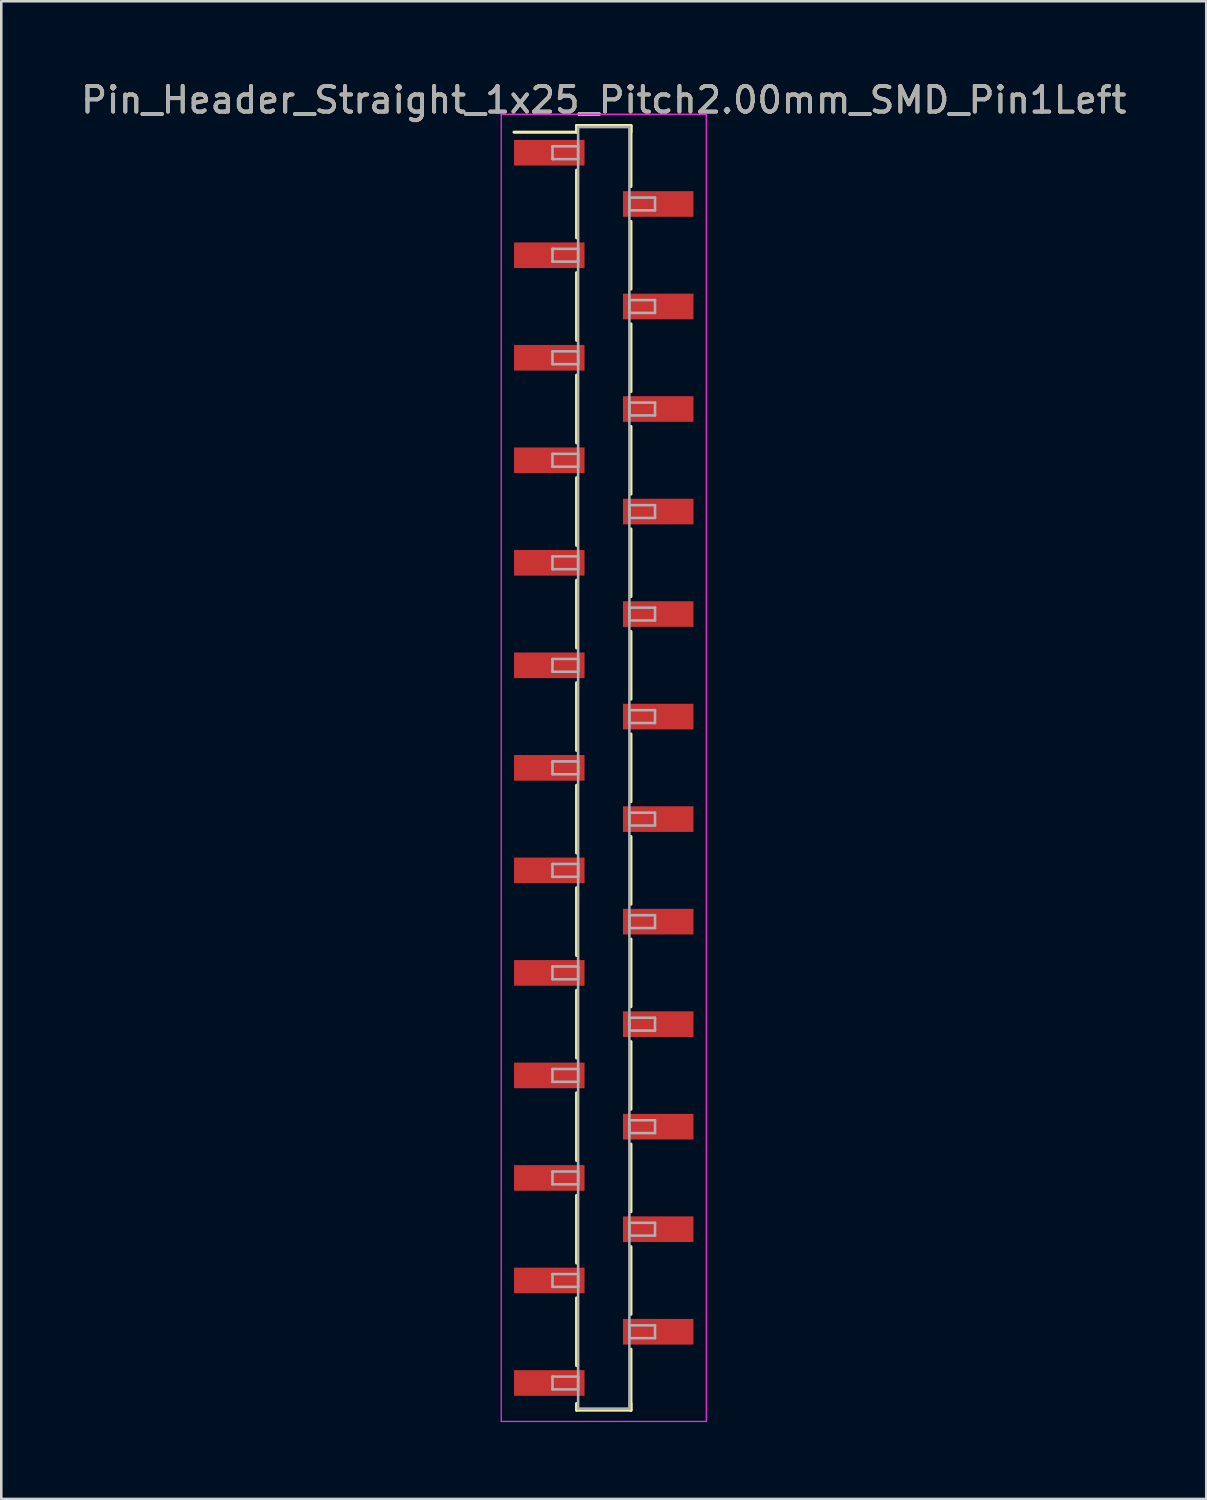
<source format=kicad_pcb>
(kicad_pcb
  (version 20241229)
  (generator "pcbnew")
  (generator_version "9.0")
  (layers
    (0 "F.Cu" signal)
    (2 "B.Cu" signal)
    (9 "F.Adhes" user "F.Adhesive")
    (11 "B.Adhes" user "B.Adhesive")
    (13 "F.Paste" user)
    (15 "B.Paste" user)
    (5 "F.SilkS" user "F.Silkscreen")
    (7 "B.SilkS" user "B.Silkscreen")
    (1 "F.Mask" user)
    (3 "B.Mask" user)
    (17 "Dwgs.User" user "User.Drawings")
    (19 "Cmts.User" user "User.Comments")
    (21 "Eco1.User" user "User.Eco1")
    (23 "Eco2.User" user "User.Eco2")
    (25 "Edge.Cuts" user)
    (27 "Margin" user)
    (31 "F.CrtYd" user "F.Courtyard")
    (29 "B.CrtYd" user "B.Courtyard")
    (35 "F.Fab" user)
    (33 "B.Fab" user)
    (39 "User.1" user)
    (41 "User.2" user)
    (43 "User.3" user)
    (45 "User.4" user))
  (footprint "Pin_Header_Straight_1x25_Pitch2.00mm_SMD_Pin1Left"
    (layer "F.Cu")
    (at 20.506 26.908)
    (property "Reference" "Pin_Header_Straight_1x25_Pitch2.00mm_SMD_Pin1Left" (at 0 -26.06 0) (layer "F.SilkS") (effects (font (size 1 1) (thickness 0.15))))
    (attr smd)
    (fp_line (start -1.06 -25.06) (end 1.06 -25.06) (stroke (width 0.12) (type solid)) (layer "F.SilkS"))
    (fp_line (start -1.06 -24.8) (end -3.5 -24.8) (stroke (width 0.12) (type solid)) (layer "F.SilkS"))
    (fp_line (start -1.06 -24.8) (end -1.06 -25.06) (stroke (width 0.12) (type solid)) (layer "F.SilkS"))
    (fp_line (start -1.06 -23.32) (end -1.06 -20.68) (stroke (width 0.12) (type solid)) (layer "F.SilkS"))
    (fp_line (start -1.06 -19.32) (end -1.06 -16.68) (stroke (width 0.12) (type solid)) (layer "F.SilkS"))
    (fp_line (start -1.06 -15.32) (end -1.06 -12.68) (stroke (width 0.12) (type solid)) (layer "F.SilkS"))
    (fp_line (start -1.06 -11.32) (end -1.06 -8.68) (stroke (width 0.12) (type solid)) (layer "F.SilkS"))
    (fp_line (start -1.06 -7.32) (end -1.06 -4.68) (stroke (width 0.12) (type solid)) (layer "F.SilkS"))
    (fp_line (start -1.06 -3.32) (end -1.06 -0.68) (stroke (width 0.12) (type solid)) (layer "F.SilkS"))
    (fp_line (start -1.06 0.68) (end -1.06 3.32) (stroke (width 0.12) (type solid)) (layer "F.SilkS"))
    (fp_line (start -1.06 4.68) (end -1.06 7.32) (stroke (width 0.12) (type solid)) (layer "F.SilkS"))
    (fp_line (start -1.06 8.68) (end -1.06 11.32) (stroke (width 0.12) (type solid)) (layer "F.SilkS"))
    (fp_line (start -1.06 12.68) (end -1.06 15.32) (stroke (width 0.12) (type solid)) (layer "F.SilkS"))
    (fp_line (start -1.06 16.68) (end -1.06 19.32) (stroke (width 0.12) (type solid)) (layer "F.SilkS"))
    (fp_line (start -1.06 20.68) (end -1.06 23.32) (stroke (width 0.12) (type solid)) (layer "F.SilkS"))
    (fp_line (start -1.06 24.8) (end -1.06 25.06) (stroke (width 0.12) (type solid)) (layer "F.SilkS"))
    (fp_line (start -1.06 25.06) (end 1.06 25.06) (stroke (width 0.12) (type solid)) (layer "F.SilkS"))
    (fp_line (start 1.06 -25.06) (end 1.06 -24.8) (stroke (width 0.12) (type solid)) (layer "F.SilkS"))
    (fp_line (start 1.06 -25.06) (end 1.06 -22.68) (stroke (width 0.12) (type solid)) (layer "F.SilkS"))
    (fp_line (start 1.06 -21.32) (end 1.06 -18.68) (stroke (width 0.12) (type solid)) (layer "F.SilkS"))
    (fp_line (start 1.06 -17.32) (end 1.06 -14.68) (stroke (width 0.12) (type solid)) (layer "F.SilkS"))
    (fp_line (start 1.06 -13.32) (end 1.06 -10.68) (stroke (width 0.12) (type solid)) (layer "F.SilkS"))
    (fp_line (start 1.06 -9.32) (end 1.06 -6.68) (stroke (width 0.12) (type solid)) (layer "F.SilkS"))
    (fp_line (start 1.06 -5.32) (end 1.06 -2.68) (stroke (width 0.12) (type solid)) (layer "F.SilkS"))
    (fp_line (start 1.06 -1.32) (end 1.06 1.32) (stroke (width 0.12) (type solid)) (layer "F.SilkS"))
    (fp_line (start 1.06 2.68) (end 1.06 5.32) (stroke (width 0.12) (type solid)) (layer "F.SilkS"))
    (fp_line (start 1.06 6.68) (end 1.06 9.32) (stroke (width 0.12) (type solid)) (layer "F.SilkS"))
    (fp_line (start 1.06 10.68) (end 1.06 13.32) (stroke (width 0.12) (type solid)) (layer "F.SilkS"))
    (fp_line (start 1.06 14.68) (end 1.06 17.32) (stroke (width 0.12) (type solid)) (layer "F.SilkS"))
    (fp_line (start 1.06 18.68) (end 1.06 21.32) (stroke (width 0.12) (type solid)) (layer "F.SilkS"))
    (fp_line (start 1.06 22.68) (end 1.06 25.06) (stroke (width 0.12) (type solid)) (layer "F.SilkS"))
    (fp_line (start 1.06 25.06) (end 1.06 24.8) (stroke (width 0.12) (type solid)) (layer "F.SilkS"))
    (fp_line (start -4 -25.5) (end -4 25.5) (stroke (width 0.05) (type solid)) (layer "F.CrtYd"))
    (fp_line (start -4 25.5) (end 4 25.5) (stroke (width 0.05) (type solid)) (layer "F.CrtYd"))
    (fp_line (start 4 -25.5) (end -4 -25.5) (stroke (width 0.05) (type solid)) (layer "F.CrtYd"))
    (fp_line (start 4 25.5) (end 4 -25.5) (stroke (width 0.05) (type solid)) (layer "F.CrtYd"))
    (fp_line (start -2 -24.25) (end -1 -24.25) (stroke (width 0.1) (type solid)) (layer "F.Fab"))
    (fp_line (start -2 -23.75) (end -2 -24.25) (stroke (width 0.1) (type solid)) (layer "F.Fab"))
    (fp_line (start -2 -20.25) (end -1 -20.25) (stroke (width 0.1) (type solid)) (layer "F.Fab"))
    (fp_line (start -2 -19.75) (end -2 -20.25) (stroke (width 0.1) (type solid)) (layer "F.Fab"))
    (fp_line (start -2 -16.25) (end -1 -16.25) (stroke (width 0.1) (type solid)) (layer "F.Fab"))
    (fp_line (start -2 -15.75) (end -2 -16.25) (stroke (width 0.1) (type solid)) (layer "F.Fab"))
    (fp_line (start -2 -12.25) (end -1 -12.25) (stroke (width 0.1) (type solid)) (layer "F.Fab"))
    (fp_line (start -2 -11.75) (end -2 -12.25) (stroke (width 0.1) (type solid)) (layer "F.Fab"))
    (fp_line (start -2 -8.25) (end -1 -8.25) (stroke (width 0.1) (type solid)) (layer "F.Fab"))
    (fp_line (start -2 -7.75) (end -2 -8.25) (stroke (width 0.1) (type solid)) (layer "F.Fab"))
    (fp_line (start -2 -4.25) (end -1 -4.25) (stroke (width 0.1) (type solid)) (layer "F.Fab"))
    (fp_line (start -2 -3.75) (end -2 -4.25) (stroke (width 0.1) (type solid)) (layer "F.Fab"))
    (fp_line (start -2 -0.25) (end -1 -0.25) (stroke (width 0.1) (type solid)) (layer "F.Fab"))
    (fp_line (start -2 0.25) (end -2 -0.25) (stroke (width 0.1) (type solid)) (layer "F.Fab"))
    (fp_line (start -2 3.75) (end -1 3.75) (stroke (width 0.1) (type solid)) (layer "F.Fab"))
    (fp_line (start -2 4.25) (end -2 3.75) (stroke (width 0.1) (type solid)) (layer "F.Fab"))
    (fp_line (start -2 7.75) (end -1 7.75) (stroke (width 0.1) (type solid)) (layer "F.Fab"))
    (fp_line (start -2 8.25) (end -2 7.75) (stroke (width 0.1) (type solid)) (layer "F.Fab"))
    (fp_line (start -2 11.75) (end -1 11.75) (stroke (width 0.1) (type solid)) (layer "F.Fab"))
    (fp_line (start -2 12.25) (end -2 11.75) (stroke (width 0.1) (type solid)) (layer "F.Fab"))
    (fp_line (start -2 15.75) (end -1 15.75) (stroke (width 0.1) (type solid)) (layer "F.Fab"))
    (fp_line (start -2 16.25) (end -2 15.75) (stroke (width 0.1) (type solid)) (layer "F.Fab"))
    (fp_line (start -2 19.75) (end -1 19.75) (stroke (width 0.1) (type solid)) (layer "F.Fab"))
    (fp_line (start -2 20.25) (end -2 19.75) (stroke (width 0.1) (type solid)) (layer "F.Fab"))
    (fp_line (start -2 23.75) (end -1 23.75) (stroke (width 0.1) (type solid)) (layer "F.Fab"))
    (fp_line (start -2 24.25) (end -2 23.75) (stroke (width 0.1) (type solid)) (layer "F.Fab"))
    (fp_line (start -1 -25) (end -1 25) (stroke (width 0.1) (type solid)) (layer "F.Fab"))
    (fp_line (start -1 -24.25) (end -1 -23.75) (stroke (width 0.1) (type solid)) (layer "F.Fab"))
    (fp_line (start -1 -23.75) (end -2 -23.75) (stroke (width 0.1) (type solid)) (layer "F.Fab"))
    (fp_line (start -1 -20.25) (end -1 -19.75) (stroke (width 0.1) (type solid)) (layer "F.Fab"))
    (fp_line (start -1 -19.75) (end -2 -19.75) (stroke (width 0.1) (type solid)) (layer "F.Fab"))
    (fp_line (start -1 -16.25) (end -1 -15.75) (stroke (width 0.1) (type solid)) (layer "F.Fab"))
    (fp_line (start -1 -15.75) (end -2 -15.75) (stroke (width 0.1) (type solid)) (layer "F.Fab"))
    (fp_line (start -1 -12.25) (end -1 -11.75) (stroke (width 0.1) (type solid)) (layer "F.Fab"))
    (fp_line (start -1 -11.75) (end -2 -11.75) (stroke (width 0.1) (type solid)) (layer "F.Fab"))
    (fp_line (start -1 -8.25) (end -1 -7.75) (stroke (width 0.1) (type solid)) (layer "F.Fab"))
    (fp_line (start -1 -7.75) (end -2 -7.75) (stroke (width 0.1) (type solid)) (layer "F.Fab"))
    (fp_line (start -1 -4.25) (end -1 -3.75) (stroke (width 0.1) (type solid)) (layer "F.Fab"))
    (fp_line (start -1 -3.75) (end -2 -3.75) (stroke (width 0.1) (type solid)) (layer "F.Fab"))
    (fp_line (start -1 -0.25) (end -1 0.25) (stroke (width 0.1) (type solid)) (layer "F.Fab"))
    (fp_line (start -1 0.25) (end -2 0.25) (stroke (width 0.1) (type solid)) (layer "F.Fab"))
    (fp_line (start -1 3.75) (end -1 4.25) (stroke (width 0.1) (type solid)) (layer "F.Fab"))
    (fp_line (start -1 4.25) (end -2 4.25) (stroke (width 0.1) (type solid)) (layer "F.Fab"))
    (fp_line (start -1 7.75) (end -1 8.25) (stroke (width 0.1) (type solid)) (layer "F.Fab"))
    (fp_line (start -1 8.25) (end -2 8.25) (stroke (width 0.1) (type solid)) (layer "F.Fab"))
    (fp_line (start -1 11.75) (end -1 12.25) (stroke (width 0.1) (type solid)) (layer "F.Fab"))
    (fp_line (start -1 12.25) (end -2 12.25) (stroke (width 0.1) (type solid)) (layer "F.Fab"))
    (fp_line (start -1 15.75) (end -1 16.25) (stroke (width 0.1) (type solid)) (layer "F.Fab"))
    (fp_line (start -1 16.25) (end -2 16.25) (stroke (width 0.1) (type solid)) (layer "F.Fab"))
    (fp_line (start -1 19.75) (end -1 20.25) (stroke (width 0.1) (type solid)) (layer "F.Fab"))
    (fp_line (start -1 20.25) (end -2 20.25) (stroke (width 0.1) (type solid)) (layer "F.Fab"))
    (fp_line (start -1 23.75) (end -1 24.25) (stroke (width 0.1) (type solid)) (layer "F.Fab"))
    (fp_line (start -1 24.25) (end -2 24.25) (stroke (width 0.1) (type solid)) (layer "F.Fab"))
    (fp_line (start -1 25) (end 1 25) (stroke (width 0.1) (type solid)) (layer "F.Fab"))
    (fp_line (start 1 -25) (end -1 -25) (stroke (width 0.1) (type solid)) (layer "F.Fab"))
    (fp_line (start 1 -22.25) (end 1 -21.75) (stroke (width 0.1) (type solid)) (layer "F.Fab"))
    (fp_line (start 1 -21.75) (end 2 -21.75) (stroke (width 0.1) (type solid)) (layer "F.Fab"))
    (fp_line (start 1 -18.25) (end 1 -17.75) (stroke (width 0.1) (type solid)) (layer "F.Fab"))
    (fp_line (start 1 -17.75) (end 2 -17.75) (stroke (width 0.1) (type solid)) (layer "F.Fab"))
    (fp_line (start 1 -14.25) (end 1 -13.75) (stroke (width 0.1) (type solid)) (layer "F.Fab"))
    (fp_line (start 1 -13.75) (end 2 -13.75) (stroke (width 0.1) (type solid)) (layer "F.Fab"))
    (fp_line (start 1 -10.25) (end 1 -9.75) (stroke (width 0.1) (type solid)) (layer "F.Fab"))
    (fp_line (start 1 -9.75) (end 2 -9.75) (stroke (width 0.1) (type solid)) (layer "F.Fab"))
    (fp_line (start 1 -6.25) (end 1 -5.75) (stroke (width 0.1) (type solid)) (layer "F.Fab"))
    (fp_line (start 1 -5.75) (end 2 -5.75) (stroke (width 0.1) (type solid)) (layer "F.Fab"))
    (fp_line (start 1 -2.25) (end 1 -1.75) (stroke (width 0.1) (type solid)) (layer "F.Fab"))
    (fp_line (start 1 -1.75) (end 2 -1.75) (stroke (width 0.1) (type solid)) (layer "F.Fab"))
    (fp_line (start 1 1.75) (end 1 2.25) (stroke (width 0.1) (type solid)) (layer "F.Fab"))
    (fp_line (start 1 2.25) (end 2 2.25) (stroke (width 0.1) (type solid)) (layer "F.Fab"))
    (fp_line (start 1 5.75) (end 1 6.25) (stroke (width 0.1) (type solid)) (layer "F.Fab"))
    (fp_line (start 1 6.25) (end 2 6.25) (stroke (width 0.1) (type solid)) (layer "F.Fab"))
    (fp_line (start 1 9.75) (end 1 10.25) (stroke (width 0.1) (type solid)) (layer "F.Fab"))
    (fp_line (start 1 10.25) (end 2 10.25) (stroke (width 0.1) (type solid)) (layer "F.Fab"))
    (fp_line (start 1 13.75) (end 1 14.25) (stroke (width 0.1) (type solid)) (layer "F.Fab"))
    (fp_line (start 1 14.25) (end 2 14.25) (stroke (width 0.1) (type solid)) (layer "F.Fab"))
    (fp_line (start 1 17.75) (end 1 18.25) (stroke (width 0.1) (type solid)) (layer "F.Fab"))
    (fp_line (start 1 18.25) (end 2 18.25) (stroke (width 0.1) (type solid)) (layer "F.Fab"))
    (fp_line (start 1 21.75) (end 1 22.25) (stroke (width 0.1) (type solid)) (layer "F.Fab"))
    (fp_line (start 1 22.25) (end 2 22.25) (stroke (width 0.1) (type solid)) (layer "F.Fab"))
    (fp_line (start 1 25) (end 1 -25) (stroke (width 0.1) (type solid)) (layer "F.Fab"))
    (fp_line (start 2 -22.25) (end 1 -22.25) (stroke (width 0.1) (type solid)) (layer "F.Fab"))
    (fp_line (start 2 -21.75) (end 2 -22.25) (stroke (width 0.1) (type solid)) (layer "F.Fab"))
    (fp_line (start 2 -18.25) (end 1 -18.25) (stroke (width 0.1) (type solid)) (layer "F.Fab"))
    (fp_line (start 2 -17.75) (end 2 -18.25) (stroke (width 0.1) (type solid)) (layer "F.Fab"))
    (fp_line (start 2 -14.25) (end 1 -14.25) (stroke (width 0.1) (type solid)) (layer "F.Fab"))
    (fp_line (start 2 -13.75) (end 2 -14.25) (stroke (width 0.1) (type solid)) (layer "F.Fab"))
    (fp_line (start 2 -10.25) (end 1 -10.25) (stroke (width 0.1) (type solid)) (layer "F.Fab"))
    (fp_line (start 2 -9.75) (end 2 -10.25) (stroke (width 0.1) (type solid)) (layer "F.Fab"))
    (fp_line (start 2 -6.25) (end 1 -6.25) (stroke (width 0.1) (type solid)) (layer "F.Fab"))
    (fp_line (start 2 -5.75) (end 2 -6.25) (stroke (width 0.1) (type solid)) (layer "F.Fab"))
    (fp_line (start 2 -2.25) (end 1 -2.25) (stroke (width 0.1) (type solid)) (layer "F.Fab"))
    (fp_line (start 2 -1.75) (end 2 -2.25) (stroke (width 0.1) (type solid)) (layer "F.Fab"))
    (fp_line (start 2 1.75) (end 1 1.75) (stroke (width 0.1) (type solid)) (layer "F.Fab"))
    (fp_line (start 2 2.25) (end 2 1.75) (stroke (width 0.1) (type solid)) (layer "F.Fab"))
    (fp_line (start 2 5.75) (end 1 5.75) (stroke (width 0.1) (type solid)) (layer "F.Fab"))
    (fp_line (start 2 6.25) (end 2 5.75) (stroke (width 0.1) (type solid)) (layer "F.Fab"))
    (fp_line (start 2 9.75) (end 1 9.75) (stroke (width 0.1) (type solid)) (layer "F.Fab"))
    (fp_line (start 2 10.25) (end 2 9.75) (stroke (width 0.1) (type solid)) (layer "F.Fab"))
    (fp_line (start 2 13.75) (end 1 13.75) (stroke (width 0.1) (type solid)) (layer "F.Fab"))
    (fp_line (start 2 14.25) (end 2 13.75) (stroke (width 0.1) (type solid)) (layer "F.Fab"))
    (fp_line (start 2 17.75) (end 1 17.75) (stroke (width 0.1) (type solid)) (layer "F.Fab"))
    (fp_line (start 2 18.25) (end 2 17.75) (stroke (width 0.1) (type solid)) (layer "F.Fab"))
    (fp_line (start 2 21.75) (end 1 21.75) (stroke (width 0.1) (type solid)) (layer "F.Fab"))
    (fp_line (start 2 22.25) (end 2 21.75) (stroke (width 0.1) (type solid)) (layer "F.Fab"))
    (fp_text user "${REFERENCE}" (at 0 -26.06 0) (layer "F.Fab") (effects (font (size 1 1) (thickness 0.15))))
    (pad "1" smd rect (at -2.125 -24) (size 2.75 1) (layers "F.Cu" "F.Mask" "F.Paste"))
    (pad "2" smd rect (at 2.125 -22) (size 2.75 1) (layers "F.Cu" "F.Mask" "F.Paste"))
    (pad "3" smd rect (at -2.125 -20) (size 2.75 1) (layers "F.Cu" "F.Mask" "F.Paste"))
    (pad "4" smd rect (at 2.125 -18) (size 2.75 1) (layers "F.Cu" "F.Mask" "F.Paste"))
    (pad "5" smd rect (at -2.125 -16) (size 2.75 1) (layers "F.Cu" "F.Mask" "F.Paste"))
    (pad "6" smd rect (at 2.125 -14) (size 2.75 1) (layers "F.Cu" "F.Mask" "F.Paste"))
    (pad "7" smd rect (at -2.125 -12) (size 2.75 1) (layers "F.Cu" "F.Mask" "F.Paste"))
    (pad "8" smd rect (at 2.125 -10) (size 2.75 1) (layers "F.Cu" "F.Mask" "F.Paste"))
    (pad "9" smd rect (at -2.125 -8) (size 2.75 1) (layers "F.Cu" "F.Mask" "F.Paste"))
    (pad "10" smd rect (at 2.125 -6) (size 2.75 1) (layers "F.Cu" "F.Mask" "F.Paste"))
    (pad "11" smd rect (at -2.125 -4) (size 2.75 1) (layers "F.Cu" "F.Mask" "F.Paste"))
    (pad "12" smd rect (at 2.125 -2) (size 2.75 1) (layers "F.Cu" "F.Mask" "F.Paste"))
    (pad "13" smd rect (at -2.125 0) (size 2.75 1) (layers "F.Cu" "F.Mask" "F.Paste"))
    (pad "14" smd rect (at 2.125 2) (size 2.75 1) (layers "F.Cu" "F.Mask" "F.Paste"))
    (pad "15" smd rect (at -2.125 4) (size 2.75 1) (layers "F.Cu" "F.Mask" "F.Paste"))
    (pad "16" smd rect (at 2.125 6) (size 2.75 1) (layers "F.Cu" "F.Mask" "F.Paste"))
    (pad "17" smd rect (at -2.125 8) (size 2.75 1) (layers "F.Cu" "F.Mask" "F.Paste"))
    (pad "18" smd rect (at 2.125 10) (size 2.75 1) (layers "F.Cu" "F.Mask" "F.Paste"))
    (pad "19" smd rect (at -2.125 12) (size 2.75 1) (layers "F.Cu" "F.Mask" "F.Paste"))
    (pad "20" smd rect (at 2.125 14) (size 2.75 1) (layers "F.Cu" "F.Mask" "F.Paste"))
    (pad "21" smd rect (at -2.125 16) (size 2.75 1) (layers "F.Cu" "F.Mask" "F.Paste"))
    (pad "22" smd rect (at 2.125 18) (size 2.75 1) (layers "F.Cu" "F.Mask" "F.Paste"))
    (pad "23" smd rect (at -2.125 20) (size 2.75 1) (layers "F.Cu" "F.Mask" "F.Paste"))
    (pad "24" smd rect (at 2.125 22) (size 2.75 1) (layers "F.Cu" "F.Mask" "F.Paste"))
    (pad "25" smd rect (at -2.125 24) (size 2.75 1) (layers "F.Cu" "F.Mask" "F.Paste")))
  (gr_rect
    (start -3 -3)
    (end 44.012 55.433)
    (stroke (width 0.1) (type default))
    (fill no)
    (layer "Edge.Cuts")))
</source>
